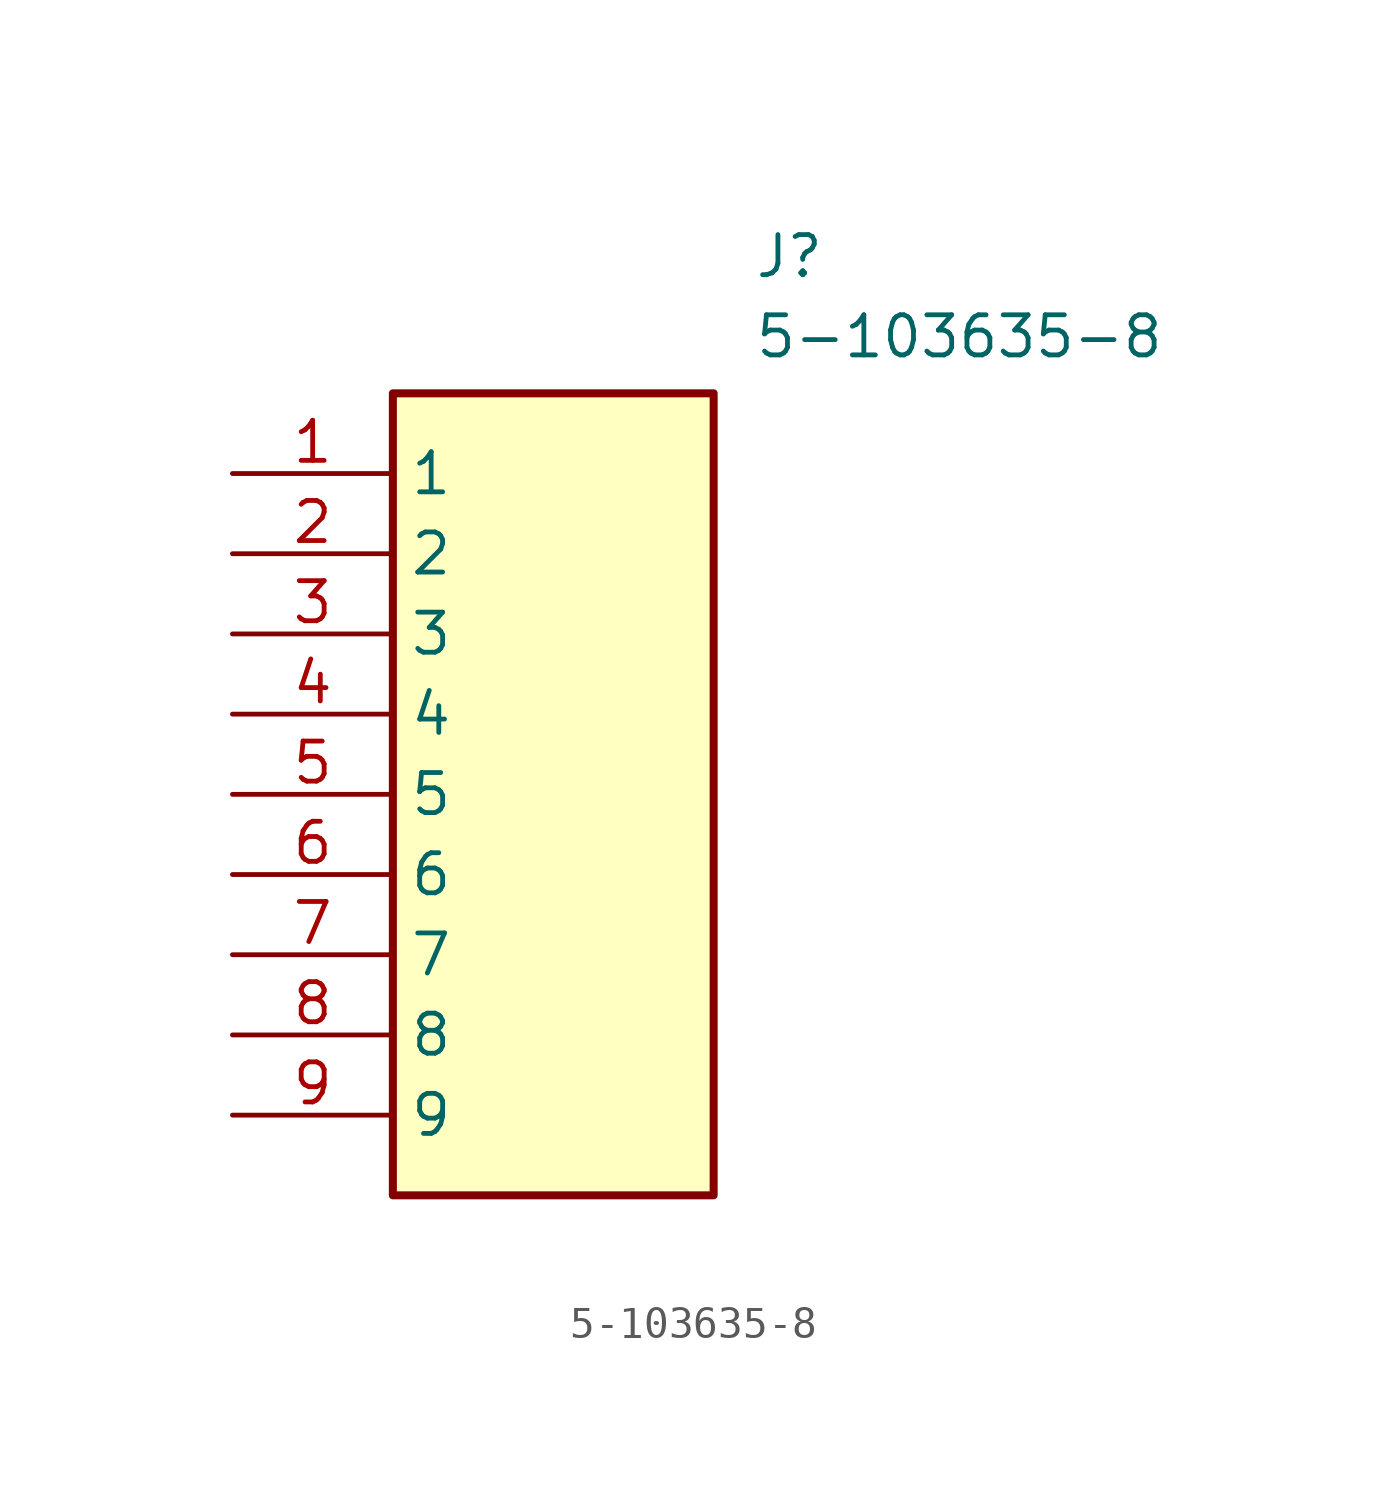
<source format=kicad_sym>
(kicad_symbol_lib
  (version 20211014)
  (generator SamacSys_ECAD_Model)
  (symbol "5-103635-8"
    (property "Reference" "J"
      (at 16.51 7.62 0)
      (effects (font (size 1.27 1.27)) (justify left top)))
    (property "Value" "5-103635-8"
      (at 16.51 5.08 0)
      (effects (font (size 1.27 1.27)) (justify left top)))
    (rectangle
      (start 5.08 2.54)
      (end 15.24 -22.86)
      (stroke (width 0.254) (type default))
      (fill (type background)))
    (pin passive line
      (at 0 0 0)
      (length 5.08)
      (name "1" (effects (font (size 1.27 1.27))))
      (number "1" (effects (font (size 1.27 1.27)))))
    (pin passive line
      (at 0 -2.54 0)
      (length 5.08)
      (name "2" (effects (font (size 1.27 1.27))))
      (number "2" (effects (font (size 1.27 1.27)))))
    (pin passive line
      (at 0 -5.08 0)
      (length 5.08)
      (name "3" (effects (font (size 1.27 1.27))))
      (number "3" (effects (font (size 1.27 1.27)))))
    (pin passive line
      (at 0 -7.62 0)
      (length 5.08)
      (name "4" (effects (font (size 1.27 1.27))))
      (number "4" (effects (font (size 1.27 1.27)))))
    (pin passive line
      (at 0 -10.16 0)
      (length 5.08)
      (name "5" (effects (font (size 1.27 1.27))))
      (number "5" (effects (font (size 1.27 1.27)))))
    (pin passive line
      (at 0 -12.7 0)
      (length 5.08)
      (name "6" (effects (font (size 1.27 1.27))))
      (number "6" (effects (font (size 1.27 1.27)))))
    (pin passive line
      (at 0 -15.24 0)
      (length 5.08)
      (name "7" (effects (font (size 1.27 1.27))))
      (number "7" (effects (font (size 1.27 1.27)))))
    (pin passive line
      (at 0 -17.78 0)
      (length 5.08)
      (name "8" (effects (font (size 1.27 1.27))))
      (number "8" (effects (font (size 1.27 1.27)))))
    (pin passive line
      (at 0 -20.32 0)
      (length 5.08)
      (name "9" (effects (font (size 1.27 1.27))))
      (number "9" (effects (font (size 1.27 1.27)))))))
</source>
